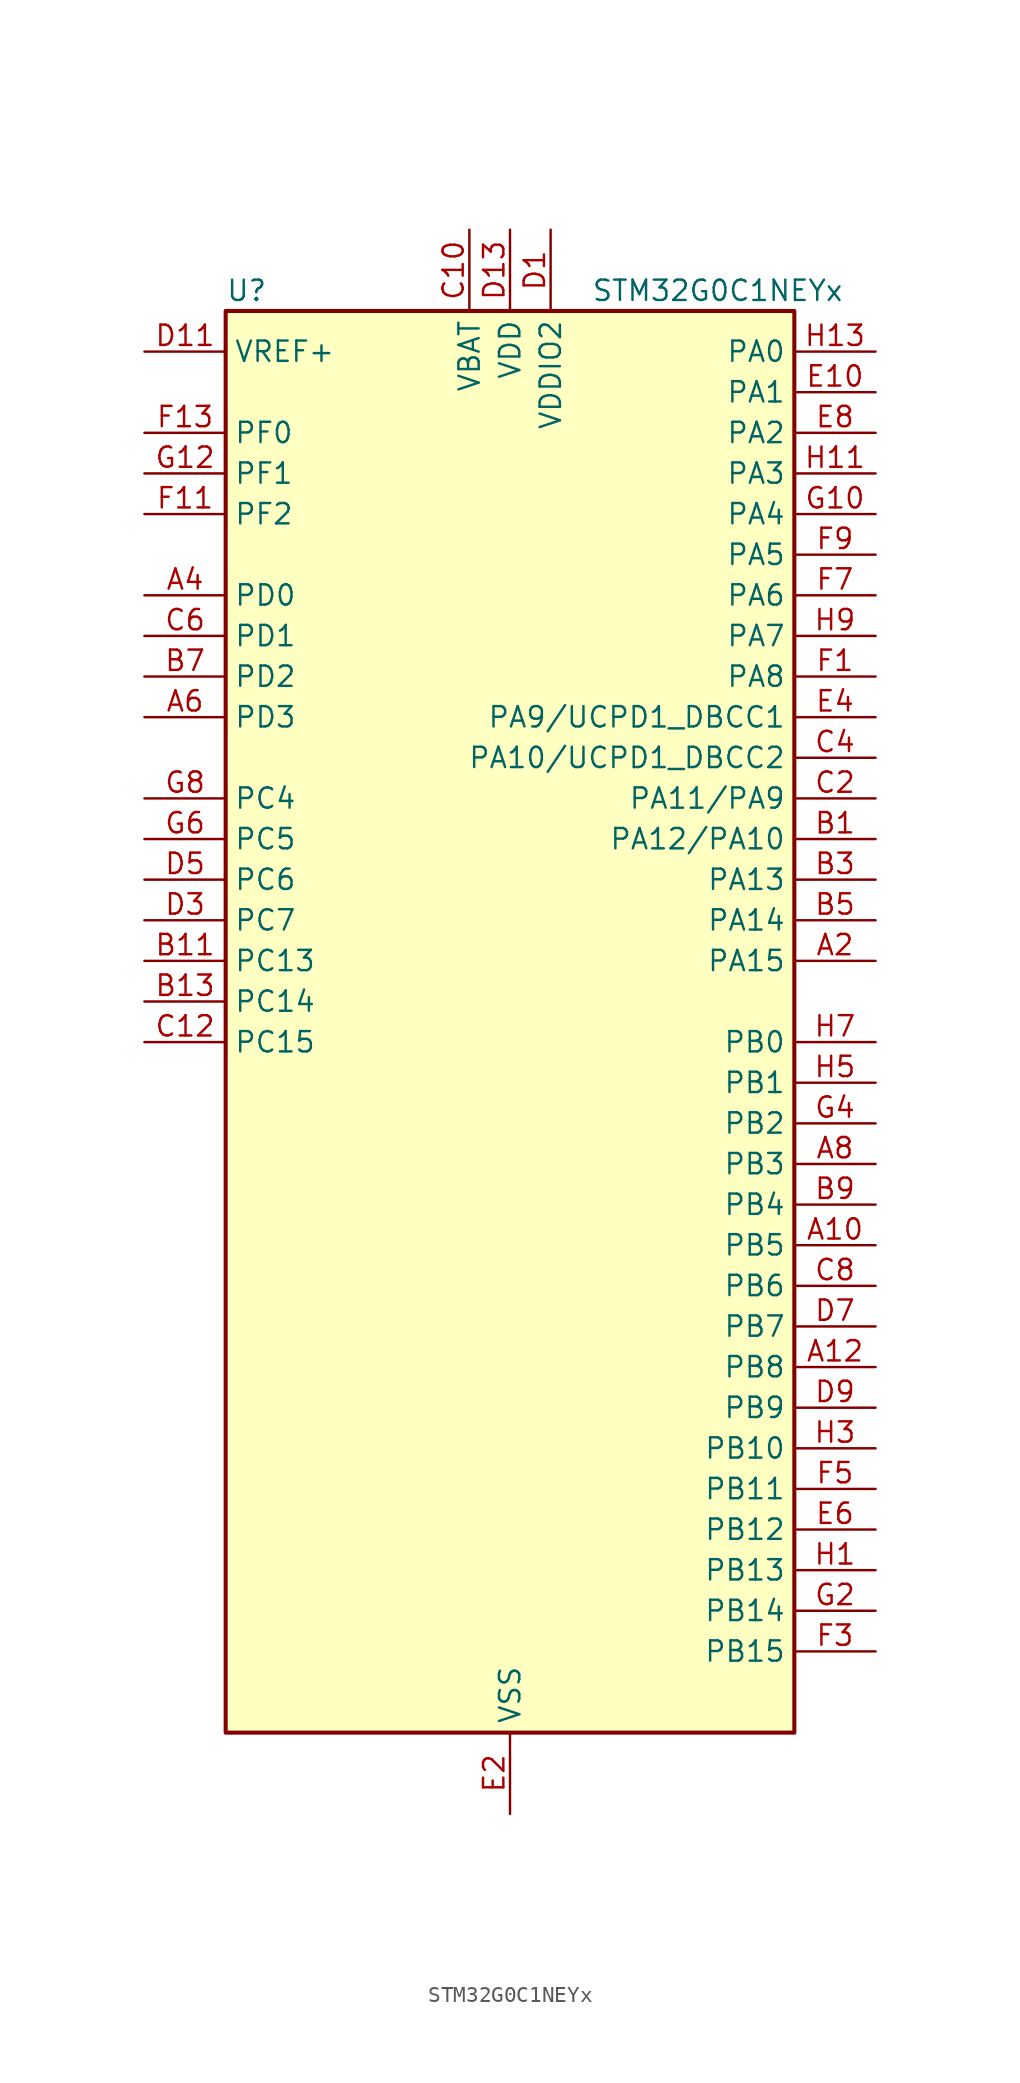
<source format=kicad_sym>
(kicad_symbol_lib
  (version 20220914)
  (generator kicad_symbol_editor)
  (symbol "STM32G0C1NEYx"
    (property "Reference" "U"
      (at -17.78 46.99 0)
      (effects (font (size 1.27 1.27)) (justify left)))
    (property "Value" "STM32G0C1NEYx"
      (at 5.08 46.99 0)
      (effects (font (size 1.27 1.27)) (justify left)))
    (property "ki_locked" ""
      (at 0 0 0)
      (effects (font (size 1.27 1.27))))
    (symbol "STM32G0C1NEYx_0_1"
      (rectangle (start -17.78 -43.18) (end 17.78 45.72) (stroke (width 0.254) (type default)) (fill (type background))))
    (symbol "STM32G0C1NEYx_1_1"
      (pin bidirectional line (at 22.86 -12.7 180) (length 5.08) (name "PB5" (effects (font (size 1.27 1.27)))) (number "A10" (effects (font (size 1.27 1.27)))) (alternate "COMP2_OUT" bidirectional line) (alternate "FDCAN2_RX" bidirectional line) (alternate "I2C1_SMBA" bidirectional line) (alternate "I2S1_SD" bidirectional line) (alternate "LPTIM1_IN1" bidirectional line) (alternate "SPI1_MOSI" bidirectional line) (alternate "SPI3_MOSI" bidirectional line) (alternate "SYS_WKUP6" bidirectional line) (alternate "TIM16_BK" bidirectional line) (alternate "TIM3_CH2" bidirectional line) (alternate "USART5_CK" bidirectional line) (alternate "USART5_DE" bidirectional line) (alternate "USART5_RTS" bidirectional line))
      (pin bidirectional line (at 22.86 -20.32 180) (length 5.08) (name "PB8" (effects (font (size 1.27 1.27)))) (number "A12" (effects (font (size 1.27 1.27)))) (alternate "CEC" bidirectional line) (alternate "FDCAN1_RX" bidirectional line) (alternate "I2C1_SCL" bidirectional line) (alternate "I2S2_CK" bidirectional line) (alternate "SPI2_SCK" bidirectional line) (alternate "TIM15_BK" bidirectional line) (alternate "TIM16_CH1" bidirectional line) (alternate "TIM4_CH3" bidirectional line) (alternate "USART3_TX" bidirectional line) (alternate "USART6_TX" bidirectional line))
      (pin bidirectional line (at 22.86 5.08 180) (length 5.08) (name "PA15" (effects (font (size 1.27 1.27)))) (number "A2" (effects (font (size 1.27 1.27)))) (alternate "I2C2_SMBA" bidirectional line) (alternate "I2S1_WS" bidirectional line) (alternate "RCC_MCO_2" bidirectional line) (alternate "SPI1_NSS" bidirectional line) (alternate "SPI3_NSS" bidirectional line) (alternate "TIM2_CH1" bidirectional line) (alternate "TIM2_ETR" bidirectional line) (alternate "USART2_RX" bidirectional line) (alternate "USART3_CK" bidirectional line) (alternate "USART3_DE" bidirectional line) (alternate "USART3_RTS" bidirectional line) (alternate "USART4_CK" bidirectional line) (alternate "USART4_DE" bidirectional line) (alternate "USART4_RTS" bidirectional line) (alternate "USB_NOE" bidirectional line))
      (pin bidirectional line (at -22.86 27.94 0) (length 5.08) (name "PD0" (effects (font (size 1.27 1.27)))) (number "A4" (effects (font (size 1.27 1.27)))) (alternate "FDCAN1_RX" bidirectional line) (alternate "I2S2_WS" bidirectional line) (alternate "SPI2_NSS" bidirectional line) (alternate "TIM16_CH1" bidirectional line) (alternate "UCPD2_CC1" bidirectional line))
      (pin bidirectional line (at -22.86 20.32 0) (length 5.08) (name "PD3" (effects (font (size 1.27 1.27)))) (number "A6" (effects (font (size 1.27 1.27)))) (alternate "I2S2_MCK" bidirectional line) (alternate "SPI2_MISO" bidirectional line) (alternate "TIM1_CH2N" bidirectional line) (alternate "UCPD2_DBCC2" bidirectional line) (alternate "USART2_CTS" bidirectional line) (alternate "USART2_NSS" bidirectional line) (alternate "USART5_TX" bidirectional line))
      (pin bidirectional line (at 22.86 -7.62 180) (length 5.08) (name "PB3" (effects (font (size 1.27 1.27)))) (number "A8" (effects (font (size 1.27 1.27)))) (alternate "COMP2_INM" bidirectional line) (alternate "I2C2_SCL" bidirectional line) (alternate "I2C3_SCL" bidirectional line) (alternate "I2S1_CK" bidirectional line) (alternate "SPI1_SCK" bidirectional line) (alternate "SPI3_SCK" bidirectional line) (alternate "TIM1_CH2" bidirectional line) (alternate "TIM2_CH2" bidirectional line) (alternate "USART1_CK" bidirectional line) (alternate "USART1_DE" bidirectional line) (alternate "USART1_RTS" bidirectional line) (alternate "USART5_TX" bidirectional line))
      (pin bidirectional line (at 22.86 12.7 180) (length 5.08) (name "PA12/PA10" (effects (font (size 1.27 1.27)))) (number "B1" (effects (font (size 1.27 1.27)))) (alternate "COMP2_OUT" bidirectional line) (alternate "FDCAN1_TX" bidirectional line) (alternate "I2C2_SDA" bidirectional line) (alternate "I2S1_SD" bidirectional line) (alternate "I2S_CKIN" bidirectional line) (alternate "SPI1_MOSI" bidirectional line) (alternate "TIM1_ETR" bidirectional line) (alternate "USART1_CK" bidirectional line) (alternate "USART1_DE" bidirectional line) (alternate "USART1_RTS" bidirectional line) (alternate "USB_DP" bidirectional line))
      (pin bidirectional line (at -22.86 5.08 0) (length 5.08) (name "PC13" (effects (font (size 1.27 1.27)))) (number "B11" (effects (font (size 1.27 1.27)))) (alternate "RTC_OUT1" bidirectional line) (alternate "RTC_TAMP_IN1" bidirectional line) (alternate "RTC_TS" bidirectional line) (alternate "SYS_WKUP2" bidirectional line) (alternate "TIM1_BK" bidirectional line))
      (pin bidirectional line (at -22.86 2.54 0) (length 5.08) (name "PC14" (effects (font (size 1.27 1.27)))) (number "B13" (effects (font (size 1.27 1.27)))) (alternate "RCC_OSC32_IN" bidirectional line) (alternate "TIM1_BK2" bidirectional line))
      (pin bidirectional line (at 22.86 10.16 180) (length 5.08) (name "PA13" (effects (font (size 1.27 1.27)))) (number "B3" (effects (font (size 1.27 1.27)))) (alternate "IR_OUT" bidirectional line) (alternate "LPUART2_RX" bidirectional line) (alternate "SYS_SWDIO" bidirectional line) (alternate "USB_NOE" bidirectional line))
      (pin bidirectional line (at 22.86 7.62 180) (length 5.08) (name "PA14" (effects (font (size 1.27 1.27)))) (number "B5" (effects (font (size 1.27 1.27)))) (alternate "LPUART2_TX" bidirectional line) (alternate "SYS_SWCLK" bidirectional line) (alternate "USART2_TX" bidirectional line))
      (pin bidirectional line (at -22.86 22.86 0) (length 5.08) (name "PD2" (effects (font (size 1.27 1.27)))) (number "B7" (effects (font (size 1.27 1.27)))) (alternate "TIM1_CH1N" bidirectional line) (alternate "TIM3_ETR" bidirectional line) (alternate "UCPD2_CC2" bidirectional line) (alternate "USART3_CK" bidirectional line) (alternate "USART3_DE" bidirectional line) (alternate "USART3_RTS" bidirectional line) (alternate "USART5_RX" bidirectional line))
      (pin bidirectional line (at 22.86 -10.16 180) (length 5.08) (name "PB4" (effects (font (size 1.27 1.27)))) (number "B9" (effects (font (size 1.27 1.27)))) (alternate "COMP2_INP" bidirectional line) (alternate "I2C2_SDA" bidirectional line) (alternate "I2C3_SDA" bidirectional line) (alternate "I2S1_MCK" bidirectional line) (alternate "SPI1_MISO" bidirectional line) (alternate "SPI3_MISO" bidirectional line) (alternate "TIM17_BK" bidirectional line) (alternate "TIM3_CH1" bidirectional line) (alternate "USART1_CTS" bidirectional line) (alternate "USART1_NSS" bidirectional line) (alternate "USART5_RX" bidirectional line))
      (pin power_in line (at -2.54 50.8 270) (length 5.08) (name "VBAT" (effects (font (size 1.27 1.27)))) (number "C10" (effects (font (size 1.27 1.27)))))
      (pin bidirectional line (at -22.86 0 0) (length 5.08) (name "PC15" (effects (font (size 1.27 1.27)))) (number "C12" (effects (font (size 1.27 1.27)))) (alternate "RCC_OSC32_EN" bidirectional line) (alternate "RCC_OSC32_OUT" bidirectional line) (alternate "RCC_OSC_EN" bidirectional line) (alternate "TIM15_BK" bidirectional line))
      (pin bidirectional line (at 22.86 15.24 180) (length 5.08) (name "PA11/PA9" (effects (font (size 1.27 1.27)))) (number "C2" (effects (font (size 1.27 1.27)))) (alternate "ADC1_EXTI11" bidirectional line) (alternate "COMP1_OUT" bidirectional line) (alternate "FDCAN1_RX" bidirectional line) (alternate "I2C2_SCL" bidirectional line) (alternate "I2S1_MCK" bidirectional line) (alternate "SPI1_MISO" bidirectional line) (alternate "TIM1_BK2" bidirectional line) (alternate "TIM1_CH4" bidirectional line) (alternate "USART1_CTS" bidirectional line) (alternate "USART1_NSS" bidirectional line) (alternate "USB_DM" bidirectional line))
      (pin bidirectional line (at 22.86 17.78 180) (length 5.08) (name "PA10/UCPD1_DBCC2" (effects (font (size 1.27 1.27)))) (number "C4" (effects (font (size 1.27 1.27)))) (alternate "I2C1_SDA" bidirectional line) (alternate "I2C2_SDA" bidirectional line) (alternate "I2S2_SD" bidirectional line) (alternate "RCC_MCO_2" bidirectional line) (alternate "SPI2_MOSI" bidirectional line) (alternate "TIM17_BK" bidirectional line) (alternate "TIM1_CH3" bidirectional line) (alternate "UCPD1_DBCC2" bidirectional line) (alternate "USART1_RX" bidirectional line))
      (pin bidirectional line (at -22.86 25.4 0) (length 5.08) (name "PD1" (effects (font (size 1.27 1.27)))) (number "C6" (effects (font (size 1.27 1.27)))) (alternate "FDCAN1_TX" bidirectional line) (alternate "I2S2_CK" bidirectional line) (alternate "SPI2_SCK" bidirectional line) (alternate "TIM17_CH1" bidirectional line) (alternate "UCPD2_DBCC1" bidirectional line))
      (pin bidirectional line (at 22.86 -15.24 180) (length 5.08) (name "PB6" (effects (font (size 1.27 1.27)))) (number "C8" (effects (font (size 1.27 1.27)))) (alternate "COMP2_INP" bidirectional line) (alternate "FDCAN2_TX" bidirectional line) (alternate "I2C1_SCL" bidirectional line) (alternate "I2S2_MCK" bidirectional line) (alternate "LPTIM1_ETR" bidirectional line) (alternate "LPUART2_TX" bidirectional line) (alternate "SPI2_MISO" bidirectional line) (alternate "TIM16_CH1N" bidirectional line) (alternate "TIM1_CH3" bidirectional line) (alternate "TIM4_CH1" bidirectional line) (alternate "USART1_TX" bidirectional line) (alternate "USART5_CTS" bidirectional line) (alternate "USART5_NSS" bidirectional line))
      (pin power_in line (at 2.54 50.8 270) (length 5.08) (name "VDDIO2" (effects (font (size 1.27 1.27)))) (number "D1" (effects (font (size 1.27 1.27)))))
      (pin input line (at -22.86 43.18 0) (length 5.08) (name "VREF+" (effects (font (size 1.27 1.27)))) (number "D11" (effects (font (size 1.27 1.27)))) (alternate "VREFBUF_OUT" bidirectional line))
      (pin power_in line (at 0 50.8 270) (length 5.08) (name "VDD" (effects (font (size 1.27 1.27)))) (number "D13" (effects (font (size 1.27 1.27)))))
      (pin bidirectional line (at -22.86 7.62 0) (length 5.08) (name "PC7" (effects (font (size 1.27 1.27)))) (number "D3" (effects (font (size 1.27 1.27)))) (alternate "LPUART2_RX" bidirectional line) (alternate "TIM2_CH4" bidirectional line) (alternate "TIM3_CH2" bidirectional line) (alternate "UCPD2_FRSTX1" bidirectional line) (alternate "UCPD2_FRSTX2" bidirectional line))
      (pin bidirectional line (at -22.86 10.16 0) (length 5.08) (name "PC6" (effects (font (size 1.27 1.27)))) (number "D5" (effects (font (size 1.27 1.27)))) (alternate "LPUART2_TX" bidirectional line) (alternate "TIM2_CH3" bidirectional line) (alternate "TIM3_CH1" bidirectional line) (alternate "UCPD1_FRSTX1" bidirectional line) (alternate "UCPD1_FRSTX2" bidirectional line))
      (pin bidirectional line (at 22.86 -17.78 180) (length 5.08) (name "PB7" (effects (font (size 1.27 1.27)))) (number "D7" (effects (font (size 1.27 1.27)))) (alternate "COMP2_INM" bidirectional line) (alternate "I2C1_SDA" bidirectional line) (alternate "I2S2_SD" bidirectional line) (alternate "LPTIM1_IN2" bidirectional line) (alternate "LPUART2_RX" bidirectional line) (alternate "SPI2_MOSI" bidirectional line) (alternate "SYS_PVD_IN" bidirectional line) (alternate "TIM17_CH1N" bidirectional line) (alternate "TIM4_CH2" bidirectional line) (alternate "USART1_RX" bidirectional line) (alternate "USART4_CTS" bidirectional line) (alternate "USART4_NSS" bidirectional line))
      (pin bidirectional line (at 22.86 -22.86 180) (length 5.08) (name "PB9" (effects (font (size 1.27 1.27)))) (number "D9" (effects (font (size 1.27 1.27)))) (alternate "DAC1_EXTI9" bidirectional line) (alternate "FDCAN1_TX" bidirectional line) (alternate "I2C1_SDA" bidirectional line) (alternate "I2S2_WS" bidirectional line) (alternate "IR_OUT" bidirectional line) (alternate "SPI2_NSS" bidirectional line) (alternate "TIM17_CH1" bidirectional line) (alternate "TIM4_CH4" bidirectional line) (alternate "UCPD2_FRSTX1" bidirectional line) (alternate "UCPD2_FRSTX2" bidirectional line) (alternate "USART3_RX" bidirectional line) (alternate "USART6_RX" bidirectional line))
      (pin bidirectional line (at 22.86 40.64 180) (length 5.08) (name "PA1" (effects (font (size 1.27 1.27)))) (number "E10" (effects (font (size 1.27 1.27)))) (alternate "ADC1_IN1" bidirectional line) (alternate "COMP1_INP" bidirectional line) (alternate "I2C1_SMBA" bidirectional line) (alternate "I2S1_CK" bidirectional line) (alternate "SPI1_SCK" bidirectional line) (alternate "TIM15_CH1N" bidirectional line) (alternate "TIM2_CH2" bidirectional line) (alternate "USART2_CK" bidirectional line) (alternate "USART2_DE" bidirectional line) (alternate "USART2_RTS" bidirectional line) (alternate "USART4_RX" bidirectional line))
      (pin passive line (at 0 -48.26 90) (length 5.08) hide (name "VSS" (effects (font (size 1.27 1.27)))) (number "E12" (effects (font (size 1.27 1.27)))))
      (pin power_in line (at 0 -48.26 90) (length 5.08) (name "VSS" (effects (font (size 1.27 1.27)))) (number "E2" (effects (font (size 1.27 1.27)))))
      (pin bidirectional line (at 22.86 20.32 180) (length 5.08) (name "PA9/UCPD1_DBCC1" (effects (font (size 1.27 1.27)))) (number "E4" (effects (font (size 1.27 1.27)))) (alternate "DAC1_EXTI9" bidirectional line) (alternate "I2C1_SCL" bidirectional line) (alternate "I2C2_SCL" bidirectional line) (alternate "I2S2_MCK" bidirectional line) (alternate "RCC_MCO" bidirectional line) (alternate "SPI2_MISO" bidirectional line) (alternate "TIM15_BK" bidirectional line) (alternate "TIM1_CH2" bidirectional line) (alternate "UCPD1_DBCC1" bidirectional line) (alternate "USART1_TX" bidirectional line))
      (pin bidirectional line (at 22.86 -30.48 180) (length 5.08) (name "PB12" (effects (font (size 1.27 1.27)))) (number "E6" (effects (font (size 1.27 1.27)))) (alternate "ADC1_IN16" bidirectional line) (alternate "FDCAN2_RX" bidirectional line) (alternate "I2C2_SMBA" bidirectional line) (alternate "I2S2_WS" bidirectional line) (alternate "LPUART1_DE" bidirectional line) (alternate "LPUART1_RTS" bidirectional line) (alternate "SPI2_NSS" bidirectional line) (alternate "TIM15_BK" bidirectional line) (alternate "TIM1_BK" bidirectional line) (alternate "UCPD2_FRSTX1" bidirectional line) (alternate "UCPD2_FRSTX2" bidirectional line))
      (pin bidirectional line (at 22.86 38.1 180) (length 5.08) (name "PA2" (effects (font (size 1.27 1.27)))) (number "E8" (effects (font (size 1.27 1.27)))) (alternate "ADC1_IN2" bidirectional line) (alternate "COMP2_INM" bidirectional line) (alternate "COMP2_OUT" bidirectional line) (alternate "I2S1_SD" bidirectional line) (alternate "LPUART1_TX" bidirectional line) (alternate "RCC_LSCO" bidirectional line) (alternate "SPI1_MOSI" bidirectional line) (alternate "SYS_WKUP4" bidirectional line) (alternate "TIM15_CH1" bidirectional line) (alternate "TIM2_CH3" bidirectional line) (alternate "UCPD1_FRSTX1" bidirectional line) (alternate "UCPD1_FRSTX2" bidirectional line) (alternate "USART2_TX" bidirectional line))
      (pin bidirectional line (at 22.86 22.86 180) (length 5.08) (name "PA8" (effects (font (size 1.27 1.27)))) (number "F1" (effects (font (size 1.27 1.27)))) (alternate "CRS1_SYNC" bidirectional line) (alternate "I2C2_SMBA" bidirectional line) (alternate "I2S2_WS" bidirectional line) (alternate "LPTIM2_OUT" bidirectional line) (alternate "RCC_MCO" bidirectional line) (alternate "SPI2_NSS" bidirectional line) (alternate "TIM1_CH1" bidirectional line) (alternate "UCPD1_CC1" bidirectional line))
      (pin bidirectional line (at -22.86 33.02 0) (length 5.08) (name "PF2" (effects (font (size 1.27 1.27)))) (number "F11" (effects (font (size 1.27 1.27)))) (alternate "LPUART2_DE" bidirectional line) (alternate "LPUART2_RTS" bidirectional line) (alternate "LPUART2_TX" bidirectional line) (alternate "RCC_MCO" bidirectional line))
      (pin bidirectional line (at -22.86 38.1 0) (length 5.08) (name "PF0" (effects (font (size 1.27 1.27)))) (number "F13" (effects (font (size 1.27 1.27)))) (alternate "CRS1_SYNC" bidirectional line) (alternate "RCC_OSC_IN" bidirectional line) (alternate "TIM14_CH1" bidirectional line))
      (pin bidirectional line (at 22.86 -38.1 180) (length 5.08) (name "PB15" (effects (font (size 1.27 1.27)))) (number "F3" (effects (font (size 1.27 1.27)))) (alternate "I2S2_SD" bidirectional line) (alternate "RTC_REFIN" bidirectional line) (alternate "SPI2_MOSI" bidirectional line) (alternate "TIM15_CH1N" bidirectional line) (alternate "TIM15_CH2" bidirectional line) (alternate "TIM1_CH3N" bidirectional line) (alternate "UCPD1_CC2" bidirectional line) (alternate "USART6_CTS" bidirectional line) (alternate "USART6_NSS" bidirectional line))
      (pin bidirectional line (at 22.86 -27.94 180) (length 5.08) (name "PB11" (effects (font (size 1.27 1.27)))) (number "F5" (effects (font (size 1.27 1.27)))) (alternate "ADC1_EXTI11" bidirectional line) (alternate "ADC1_IN15" bidirectional line) (alternate "COMP2_OUT" bidirectional line) (alternate "I2C2_SDA" bidirectional line) (alternate "I2S2_SD" bidirectional line) (alternate "LPUART1_TX" bidirectional line) (alternate "SPI2_MOSI" bidirectional line) (alternate "TIM2_CH4" bidirectional line) (alternate "USART3_RX" bidirectional line))
      (pin bidirectional line (at 22.86 27.94 180) (length 5.08) (name "PA6" (effects (font (size 1.27 1.27)))) (number "F7" (effects (font (size 1.27 1.27)))) (alternate "ADC1_IN6" bidirectional line) (alternate "COMP1_OUT" bidirectional line) (alternate "I2C2_SDA" bidirectional line) (alternate "I2C3_SDA" bidirectional line) (alternate "I2S1_MCK" bidirectional line) (alternate "LPUART1_CTS" bidirectional line) (alternate "SPI1_MISO" bidirectional line) (alternate "TIM16_CH1" bidirectional line) (alternate "TIM1_BK" bidirectional line) (alternate "TIM3_CH1" bidirectional line) (alternate "USART3_CTS" bidirectional line) (alternate "USART3_NSS" bidirectional line) (alternate "USART6_CTS" bidirectional line) (alternate "USART6_NSS" bidirectional line))
      (pin bidirectional line (at 22.86 30.48 180) (length 5.08) (name "PA5" (effects (font (size 1.27 1.27)))) (number "F9" (effects (font (size 1.27 1.27)))) (alternate "ADC1_IN5" bidirectional line) (alternate "CEC" bidirectional line) (alternate "DAC1_OUT2" bidirectional line) (alternate "I2S1_CK" bidirectional line) (alternate "LPTIM2_ETR" bidirectional line) (alternate "SPI1_SCK" bidirectional line) (alternate "TIM2_CH1" bidirectional line) (alternate "TIM2_ETR" bidirectional line) (alternate "UCPD1_FRSTX1" bidirectional line) (alternate "UCPD1_FRSTX2" bidirectional line) (alternate "USART3_TX" bidirectional line) (alternate "USART6_RX" bidirectional line))
      (pin bidirectional line (at 22.86 33.02 180) (length 5.08) (name "PA4" (effects (font (size 1.27 1.27)))) (number "G10" (effects (font (size 1.27 1.27)))) (alternate "ADC1_IN4" bidirectional line) (alternate "DAC1_OUT1" bidirectional line) (alternate "I2S1_WS" bidirectional line) (alternate "I2S2_SD" bidirectional line) (alternate "LPTIM2_OUT" bidirectional line) (alternate "RTC_OUT2" bidirectional line) (alternate "SPI1_NSS" bidirectional line) (alternate "SPI2_MOSI" bidirectional line) (alternate "SPI3_NSS" bidirectional line) (alternate "TIM14_CH1" bidirectional line) (alternate "UCPD2_FRSTX1" bidirectional line) (alternate "UCPD2_FRSTX2" bidirectional line) (alternate "USART6_TX" bidirectional line) (alternate "USB_NOE" bidirectional line))
      (pin bidirectional line (at -22.86 35.56 0) (length 5.08) (name "PF1" (effects (font (size 1.27 1.27)))) (number "G12" (effects (font (size 1.27 1.27)))) (alternate "RCC_OSC_EN" bidirectional line) (alternate "RCC_OSC_OUT" bidirectional line) (alternate "TIM15_CH1N" bidirectional line))
      (pin bidirectional line (at 22.86 -35.56 180) (length 5.08) (name "PB14" (effects (font (size 1.27 1.27)))) (number "G2" (effects (font (size 1.27 1.27)))) (alternate "I2C2_SDA" bidirectional line) (alternate "I2S2_MCK" bidirectional line) (alternate "SPI2_MISO" bidirectional line) (alternate "TIM15_CH1" bidirectional line) (alternate "TIM1_CH2N" bidirectional line) (alternate "UCPD1_FRSTX1" bidirectional line) (alternate "UCPD1_FRSTX2" bidirectional line) (alternate "USART3_CK" bidirectional line) (alternate "USART3_DE" bidirectional line) (alternate "USART3_RTS" bidirectional line) (alternate "USART6_CK" bidirectional line) (alternate "USART6_DE" bidirectional line) (alternate "USART6_RTS" bidirectional line))
      (pin bidirectional line (at 22.86 -5.08 180) (length 5.08) (name "PB2" (effects (font (size 1.27 1.27)))) (number "G4" (effects (font (size 1.27 1.27)))) (alternate "ADC1_IN10" bidirectional line) (alternate "COMP1_INP" bidirectional line) (alternate "COMP3_INM" bidirectional line) (alternate "I2S2_MCK" bidirectional line) (alternate "LPTIM1_OUT" bidirectional line) (alternate "RCC_MCO_2" bidirectional line) (alternate "SPI2_MISO" bidirectional line) (alternate "USART3_TX" bidirectional line))
      (pin bidirectional line (at -22.86 12.7 0) (length 5.08) (name "PC5" (effects (font (size 1.27 1.27)))) (number "G6" (effects (font (size 1.27 1.27)))) (alternate "ADC1_IN18" bidirectional line) (alternate "COMP1_INP" bidirectional line) (alternate "FDCAN1_TX" bidirectional line) (alternate "SYS_WKUP5" bidirectional line) (alternate "TIM2_CH2" bidirectional line) (alternate "USART1_RX" bidirectional line) (alternate "USART3_RX" bidirectional line))
      (pin bidirectional line (at -22.86 15.24 0) (length 5.08) (name "PC4" (effects (font (size 1.27 1.27)))) (number "G8" (effects (font (size 1.27 1.27)))) (alternate "ADC1_IN17" bidirectional line) (alternate "COMP1_INM" bidirectional line) (alternate "FDCAN1_RX" bidirectional line) (alternate "TIM2_CH1" bidirectional line) (alternate "TIM2_ETR" bidirectional line) (alternate "USART1_TX" bidirectional line) (alternate "USART3_TX" bidirectional line))
      (pin bidirectional line (at 22.86 -33.02 180) (length 5.08) (name "PB13" (effects (font (size 1.27 1.27)))) (number "H1" (effects (font (size 1.27 1.27)))) (alternate "FDCAN2_TX" bidirectional line) (alternate "I2C2_SCL" bidirectional line) (alternate "I2S2_CK" bidirectional line) (alternate "LPUART1_CTS" bidirectional line) (alternate "SPI2_SCK" bidirectional line) (alternate "TIM15_CH1N" bidirectional line) (alternate "TIM1_CH1N" bidirectional line) (alternate "USART3_CTS" bidirectional line) (alternate "USART3_NSS" bidirectional line))
      (pin bidirectional line (at 22.86 35.56 180) (length 5.08) (name "PA3" (effects (font (size 1.27 1.27)))) (number "H11" (effects (font (size 1.27 1.27)))) (alternate "ADC1_IN3" bidirectional line) (alternate "COMP2_INP" bidirectional line) (alternate "I2S2_MCK" bidirectional line) (alternate "LPUART1_RX" bidirectional line) (alternate "SPI2_MISO" bidirectional line) (alternate "TIM15_CH2" bidirectional line) (alternate "TIM2_CH4" bidirectional line) (alternate "UCPD2_FRSTX1" bidirectional line) (alternate "UCPD2_FRSTX2" bidirectional line) (alternate "USART2_RX" bidirectional line))
      (pin bidirectional line (at 22.86 43.18 180) (length 5.08) (name "PA0" (effects (font (size 1.27 1.27)))) (number "H13" (effects (font (size 1.27 1.27)))) (alternate "ADC1_IN0" bidirectional line) (alternate "COMP1_INM" bidirectional line) (alternate "COMP1_OUT" bidirectional line) (alternate "I2S2_CK" bidirectional line) (alternate "LPTIM1_OUT" bidirectional line) (alternate "RTC_TAMP_IN2" bidirectional line) (alternate "SPI2_SCK" bidirectional line) (alternate "SYS_WKUP1" bidirectional line) (alternate "TIM2_CH1" bidirectional line) (alternate "TIM2_ETR" bidirectional line) (alternate "UCPD2_FRSTX1" bidirectional line) (alternate "UCPD2_FRSTX2" bidirectional line) (alternate "USART2_CTS" bidirectional line) (alternate "USART2_NSS" bidirectional line) (alternate "USART4_TX" bidirectional line))
      (pin bidirectional line (at 22.86 -25.4 180) (length 5.08) (name "PB10" (effects (font (size 1.27 1.27)))) (number "H3" (effects (font (size 1.27 1.27)))) (alternate "ADC1_IN11" bidirectional line) (alternate "CEC" bidirectional line) (alternate "COMP1_OUT" bidirectional line) (alternate "I2C2_SCL" bidirectional line) (alternate "I2S2_CK" bidirectional line) (alternate "LPUART1_RX" bidirectional line) (alternate "SPI2_SCK" bidirectional line) (alternate "TIM2_CH3" bidirectional line) (alternate "USART3_TX" bidirectional line))
      (pin bidirectional line (at 22.86 -2.54 180) (length 5.08) (name "PB1" (effects (font (size 1.27 1.27)))) (number "H5" (effects (font (size 1.27 1.27)))) (alternate "ADC1_IN9" bidirectional line) (alternate "COMP1_INM" bidirectional line) (alternate "COMP3_OUT" bidirectional line) (alternate "FDCAN2_TX" bidirectional line) (alternate "LPTIM2_IN1" bidirectional line) (alternate "LPUART1_DE" bidirectional line) (alternate "LPUART1_RTS" bidirectional line) (alternate "LPUART2_DE" bidirectional line) (alternate "LPUART2_RTS" bidirectional line) (alternate "TIM14_CH1" bidirectional line) (alternate "TIM1_CH3N" bidirectional line) (alternate "TIM3_CH4" bidirectional line) (alternate "USART3_CK" bidirectional line) (alternate "USART3_DE" bidirectional line) (alternate "USART3_RTS" bidirectional line) (alternate "USART5_RX" bidirectional line))
      (pin bidirectional line (at 22.86 0 180) (length 5.08) (name "PB0" (effects (font (size 1.27 1.27)))) (number "H7" (effects (font (size 1.27 1.27)))) (alternate "ADC1_IN8" bidirectional line) (alternate "COMP1_OUT" bidirectional line) (alternate "COMP3_INP" bidirectional line) (alternate "FDCAN2_RX" bidirectional line) (alternate "I2S1_WS" bidirectional line) (alternate "LPTIM1_OUT" bidirectional line) (alternate "LPUART2_CTS" bidirectional line) (alternate "SPI1_NSS" bidirectional line) (alternate "TIM1_CH2N" bidirectional line) (alternate "TIM3_CH3" bidirectional line) (alternate "UCPD1_FRSTX1" bidirectional line) (alternate "UCPD1_FRSTX2" bidirectional line) (alternate "USART3_RX" bidirectional line) (alternate "USART5_TX" bidirectional line))
      (pin bidirectional line (at 22.86 25.4 180) (length 5.08) (name "PA7" (effects (font (size 1.27 1.27)))) (number "H9" (effects (font (size 1.27 1.27)))) (alternate "ADC1_IN7" bidirectional line) (alternate "COMP2_OUT" bidirectional line) (alternate "I2C2_SCL" bidirectional line) (alternate "I2C3_SCL" bidirectional line) (alternate "I2S1_SD" bidirectional line) (alternate "SPI1_MOSI" bidirectional line) (alternate "TIM14_CH1" bidirectional line) (alternate "TIM17_CH1" bidirectional line) (alternate "TIM1_CH1N" bidirectional line) (alternate "TIM3_CH2" bidirectional line) (alternate "UCPD1_FRSTX1" bidirectional line) (alternate "UCPD1_FRSTX2" bidirectional line) (alternate "USART6_CK" bidirectional line) (alternate "USART6_DE" bidirectional line) (alternate "USART6_RTS" bidirectional line)))))
</source>
